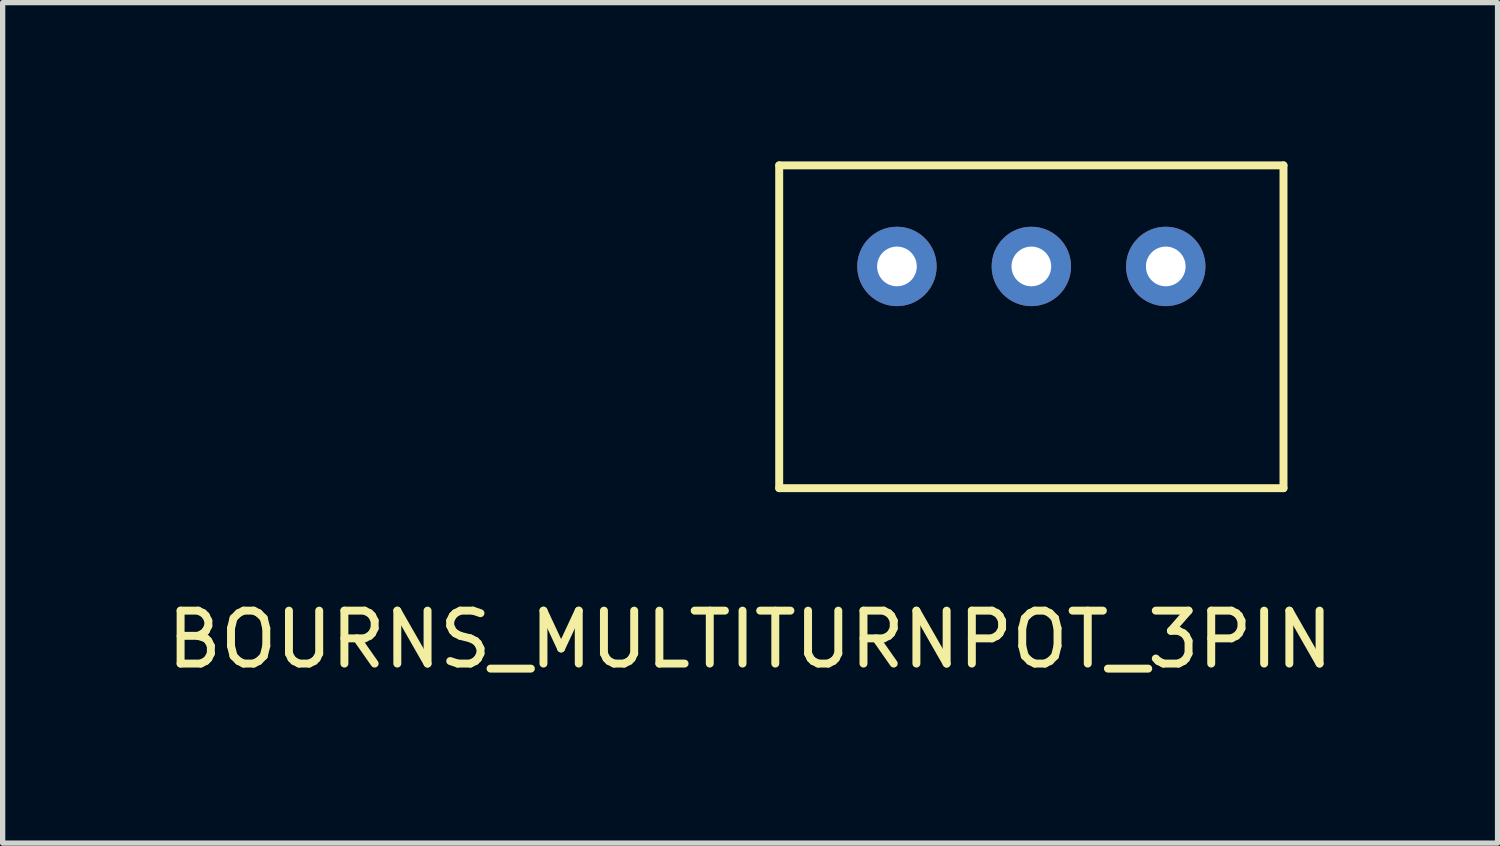
<source format=kicad_pcb>
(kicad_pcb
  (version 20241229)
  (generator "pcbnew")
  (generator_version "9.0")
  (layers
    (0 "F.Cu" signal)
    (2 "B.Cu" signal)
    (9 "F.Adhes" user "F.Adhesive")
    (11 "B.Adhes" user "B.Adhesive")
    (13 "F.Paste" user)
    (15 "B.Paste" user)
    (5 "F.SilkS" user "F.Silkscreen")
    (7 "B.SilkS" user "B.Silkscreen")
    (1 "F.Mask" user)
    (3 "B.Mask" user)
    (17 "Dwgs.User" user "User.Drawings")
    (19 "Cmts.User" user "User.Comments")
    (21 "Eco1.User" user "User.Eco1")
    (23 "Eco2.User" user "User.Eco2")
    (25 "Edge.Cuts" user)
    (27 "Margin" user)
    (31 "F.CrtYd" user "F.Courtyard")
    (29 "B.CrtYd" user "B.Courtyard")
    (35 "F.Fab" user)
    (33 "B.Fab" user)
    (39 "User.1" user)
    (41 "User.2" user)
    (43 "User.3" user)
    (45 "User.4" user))
  (footprint "BOURNS_MULTITURNPOT_3PIN"
    (layer "F.Cu")
    (at 11.675 6.175)
    (property "Reference" "BOURNS_MULTITURNPOT_3PIN" (at -0.55 2.86 0) (layer "F.SilkS") (effects (font (size 1 1) (thickness 0.15))))
    (attr through_hole)
    (fp_line (start 0 -6.1) (end 9.53 -6.1) (stroke (width 0.15) (type solid)) (layer "F.SilkS"))
    (fp_line (start 0 0) (end 0 -6.1) (stroke (width 0.15) (type solid)) (layer "F.SilkS"))
    (fp_line (start 0 0) (end 9.53 0) (stroke (width 0.15) (type solid)) (layer "F.SilkS"))
    (fp_line (start 9.53 0) (end 9.53 -6.1) (stroke (width 0.15) (type solid)) (layer "F.SilkS"))
    (pad "1" thru_hole circle (at 2.225 -4.19) (size 1.5 1.5) (drill 0.75) (layers "*.Cu" "*.Mask"))
    (pad "2" thru_hole circle (at 4.765 -4.19) (size 1.5 1.5) (drill 0.75) (layers "*.Cu" "*.Mask"))
    (pad "3" thru_hole circle (at 7.305 -4.19) (size 1.5 1.5) (drill 0.75) (layers "*.Cu" "*.Mask")))
  (gr_rect
    (start -3 -3)
    (end 25.25 12.883)
    (stroke (width 0.1) (type default))
    (fill no)
    (layer "Edge.Cuts")))
</source>
